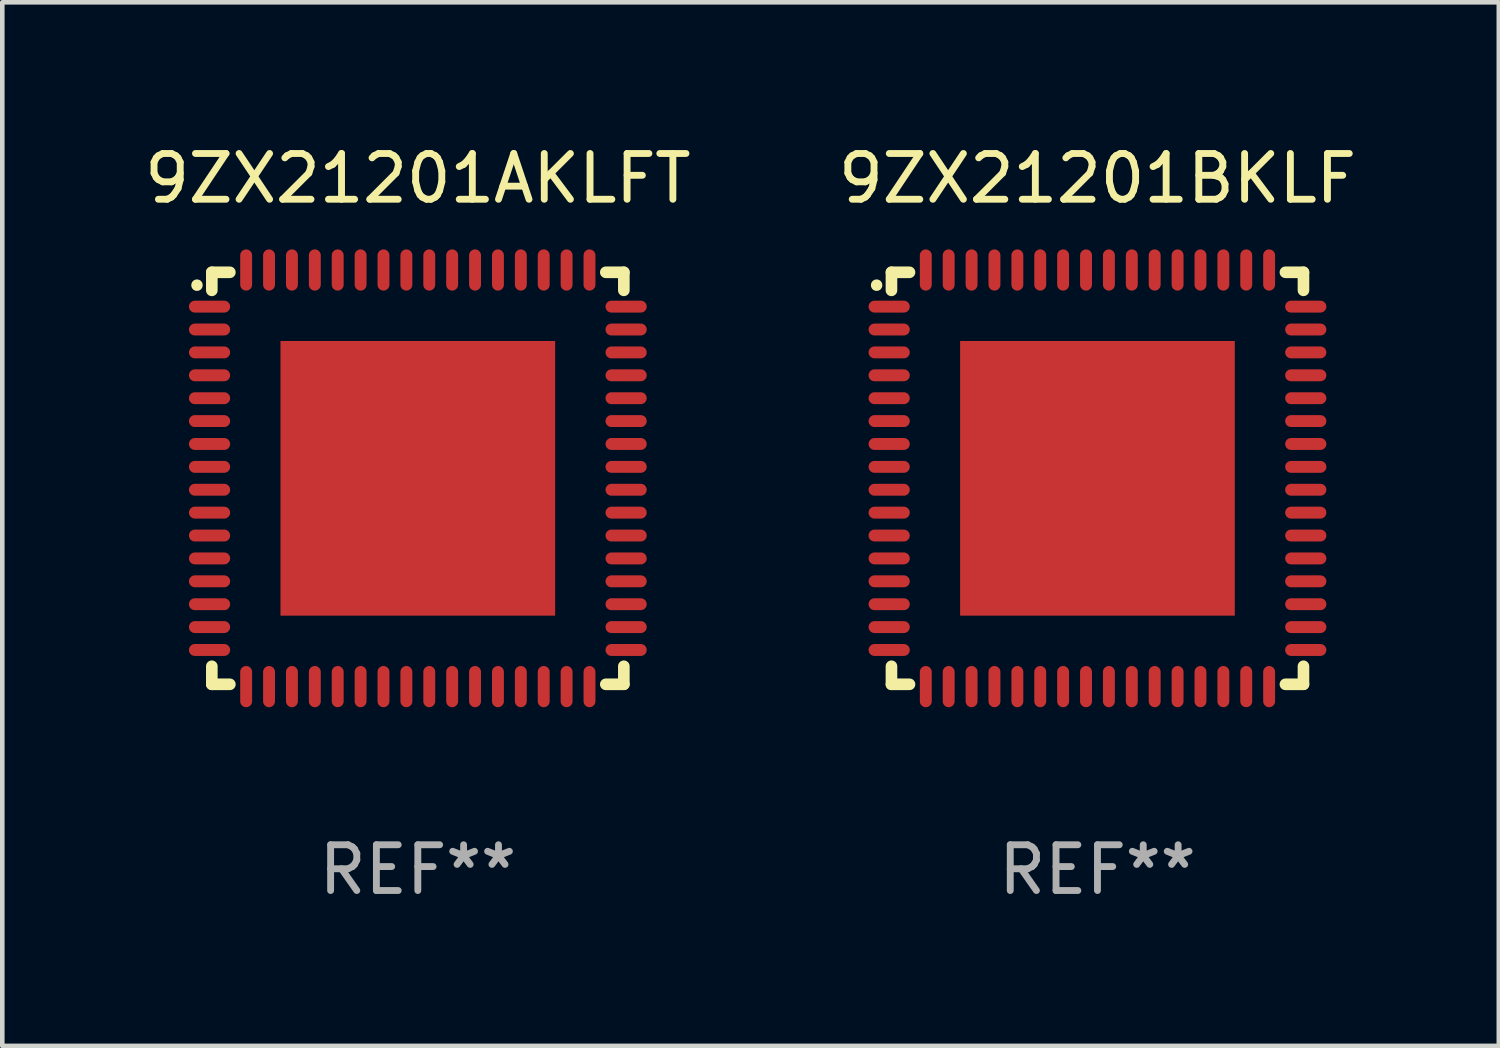
<source format=kicad_pcb>
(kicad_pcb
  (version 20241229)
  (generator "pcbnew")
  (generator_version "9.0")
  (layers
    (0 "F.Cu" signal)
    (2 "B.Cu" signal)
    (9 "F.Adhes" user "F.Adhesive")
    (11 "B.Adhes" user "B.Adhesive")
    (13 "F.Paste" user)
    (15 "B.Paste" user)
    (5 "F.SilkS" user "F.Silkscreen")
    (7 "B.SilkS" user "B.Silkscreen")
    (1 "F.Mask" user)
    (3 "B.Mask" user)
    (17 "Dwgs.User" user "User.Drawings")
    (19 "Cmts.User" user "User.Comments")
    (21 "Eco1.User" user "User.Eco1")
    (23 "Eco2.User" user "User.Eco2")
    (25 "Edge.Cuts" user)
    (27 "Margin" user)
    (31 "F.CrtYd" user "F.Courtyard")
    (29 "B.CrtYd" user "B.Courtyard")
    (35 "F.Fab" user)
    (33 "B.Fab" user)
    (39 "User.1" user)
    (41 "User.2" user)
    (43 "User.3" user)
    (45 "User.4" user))
  (footprint "9ZX21201AKLFT"
    (layer "F.Cu")
    (at 6.077 7.398)
    (property "Reference" "9ZX21201AKLFT" (at 0 -6.55 0) (layer "F.SilkS") (effects (font (size 1 1) (thickness 0.15))))
    (attr through_hole)
    (fp_line (start -4.5 -4.5) (end -4.106 -4.5) (stroke (width 0.254) (type solid)) (layer "F.SilkS"))
    (fp_line (start -4.5 -4.106) (end -4.5 -4.5) (stroke (width 0.254) (type solid)) (layer "F.SilkS"))
    (fp_line (start -4.5 4.5) (end -4.5 4.106) (stroke (width 0.254) (type solid)) (layer "F.SilkS"))
    (fp_line (start -4.106 4.5) (end -4.5 4.5) (stroke (width 0.254) (type solid)) (layer "F.SilkS"))
    (fp_line (start 4.106 -4.5) (end 4.5 -4.5) (stroke (width 0.254) (type solid)) (layer "F.SilkS"))
    (fp_line (start 4.5 -4.5) (end 4.5 -4.106) (stroke (width 0.254) (type solid)) (layer "F.SilkS"))
    (fp_line (start 4.5 4.106) (end 4.5 4.5) (stroke (width 0.254) (type solid)) (layer "F.SilkS"))
    (fp_line (start 4.5 4.5) (end 4.106 4.5) (stroke (width 0.254) (type solid)) (layer "F.SilkS"))
    (fp_arc (start -4.824308 -4.217501) (mid -4.824314 -4.218771) (end -4.824308 -4.220041) (stroke (width 0.24892) (type solid)) (layer "F.SilkS"))
    (fp_text user "REF**" (at 0 8.55 0) (layer "F.Fab") (effects (font (size 1 1) (thickness 0.15))))
    (pad "1" smd oval (at -4.55 -3.75) (size 0.9 0.26) (layers "F.Cu" "F.Mask" "F.Paste"))
    (pad "2" smd oval (at -4.55 -3.25) (size 0.9 0.26) (layers "F.Cu" "F.Mask" "F.Paste"))
    (pad "3" smd oval (at -4.55 -2.75) (size 0.9 0.26) (layers "F.Cu" "F.Mask" "F.Paste"))
    (pad "4" smd oval (at -4.55 -2.25) (size 0.9 0.26) (layers "F.Cu" "F.Mask" "F.Paste"))
    (pad "5" smd oval (at -4.55 -1.75) (size 0.9 0.26) (layers "F.Cu" "F.Mask" "F.Paste"))
    (pad "6" smd oval (at -4.55 -1.25) (size 0.9 0.26) (layers "F.Cu" "F.Mask" "F.Paste"))
    (pad "7" smd oval (at -4.55 -0.75) (size 0.9 0.26) (layers "F.Cu" "F.Mask" "F.Paste"))
    (pad "8" smd oval (at -4.55 -0.25) (size 0.9 0.26) (layers "F.Cu" "F.Mask" "F.Paste"))
    (pad "9" smd oval (at -4.55 0.25) (size 0.9 0.26) (layers "F.Cu" "F.Mask" "F.Paste"))
    (pad "10" smd oval (at -4.55 0.75) (size 0.9 0.26) (layers "F.Cu" "F.Mask" "F.Paste"))
    (pad "11" smd oval (at -4.55 1.25) (size 0.9 0.26) (layers "F.Cu" "F.Mask" "F.Paste"))
    (pad "12" smd oval (at -4.55 1.75) (size 0.9 0.26) (layers "F.Cu" "F.Mask" "F.Paste"))
    (pad "13" smd oval (at -4.55 2.25) (size 0.9 0.26) (layers "F.Cu" "F.Mask" "F.Paste"))
    (pad "14" smd oval (at -4.55 2.75) (size 0.9 0.26) (layers "F.Cu" "F.Mask" "F.Paste"))
    (pad "15" smd oval (at -4.55 3.25) (size 0.9 0.26) (layers "F.Cu" "F.Mask" "F.Paste"))
    (pad "16" smd oval (at -4.55 3.75) (size 0.9 0.26) (layers "F.Cu" "F.Mask" "F.Paste"))
    (pad "17" smd oval (at -3.75 4.55) (size 0.26 0.9) (layers "F.Cu" "F.Mask" "F.Paste"))
    (pad "18" smd oval (at -3.25 4.55) (size 0.26 0.9) (layers "F.Cu" "F.Mask" "F.Paste"))
    (pad "19" smd oval (at -2.75 4.55) (size 0.26 0.9) (layers "F.Cu" "F.Mask" "F.Paste"))
    (pad "20" smd oval (at -2.25 4.55) (size 0.26 0.9) (layers "F.Cu" "F.Mask" "F.Paste"))
    (pad "21" smd oval (at -1.75 4.55) (size 0.26 0.9) (layers "F.Cu" "F.Mask" "F.Paste"))
    (pad "22" smd oval (at -1.25 4.55) (size 0.26 0.9) (layers "F.Cu" "F.Mask" "F.Paste"))
    (pad "23" smd oval (at -0.75 4.55) (size 0.26 0.9) (layers "F.Cu" "F.Mask" "F.Paste"))
    (pad "24" smd oval (at -0.25 4.55) (size 0.26 0.9) (layers "F.Cu" "F.Mask" "F.Paste"))
    (pad "25" smd oval (at 0.25 4.55) (size 0.26 0.9) (layers "F.Cu" "F.Mask" "F.Paste"))
    (pad "26" smd oval (at 0.75 4.55) (size 0.26 0.9) (layers "F.Cu" "F.Mask" "F.Paste"))
    (pad "27" smd oval (at 1.25 4.55) (size 0.26 0.9) (layers "F.Cu" "F.Mask" "F.Paste"))
    (pad "28" smd oval (at 1.75 4.55) (size 0.26 0.9) (layers "F.Cu" "F.Mask" "F.Paste"))
    (pad "29" smd oval (at 2.25 4.55) (size 0.26 0.9) (layers "F.Cu" "F.Mask" "F.Paste"))
    (pad "30" smd oval (at 2.75 4.55) (size 0.26 0.9) (layers "F.Cu" "F.Mask" "F.Paste"))
    (pad "31" smd oval (at 3.25 4.55) (size 0.26 0.9) (layers "F.Cu" "F.Mask" "F.Paste"))
    (pad "32" smd oval (at 3.75 4.55) (size 0.26 0.9) (layers "F.Cu" "F.Mask" "F.Paste"))
    (pad "33" smd oval (at 4.55 3.75) (size 0.9 0.26) (layers "F.Cu" "F.Mask" "F.Paste"))
    (pad "34" smd oval (at 4.55 3.25) (size 0.9 0.26) (layers "F.Cu" "F.Mask" "F.Paste"))
    (pad "35" smd oval (at 4.55 2.75) (size 0.9 0.26) (layers "F.Cu" "F.Mask" "F.Paste"))
    (pad "36" smd oval (at 4.55 2.25) (size 0.9 0.26) (layers "F.Cu" "F.Mask" "F.Paste"))
    (pad "37" smd oval (at 4.55 1.75) (size 0.9 0.26) (layers "F.Cu" "F.Mask" "F.Paste"))
    (pad "38" smd oval (at 4.55 1.25) (size 0.9 0.26) (layers "F.Cu" "F.Mask" "F.Paste"))
    (pad "39" smd oval (at 4.55 0.75) (size 0.9 0.26) (layers "F.Cu" "F.Mask" "F.Paste"))
    (pad "40" smd oval (at 4.55 0.25) (size 0.9 0.26) (layers "F.Cu" "F.Mask" "F.Paste"))
    (pad "41" smd oval (at 4.55 -0.25) (size 0.9 0.26) (layers "F.Cu" "F.Mask" "F.Paste"))
    (pad "42" smd oval (at 4.55 -0.75) (size 0.9 0.26) (layers "F.Cu" "F.Mask" "F.Paste"))
    (pad "43" smd oval (at 4.55 -1.25) (size 0.9 0.26) (layers "F.Cu" "F.Mask" "F.Paste"))
    (pad "44" smd oval (at 4.55 -1.75) (size 0.9 0.26) (layers "F.Cu" "F.Mask" "F.Paste"))
    (pad "45" smd oval (at 4.55 -2.25) (size 0.9 0.26) (layers "F.Cu" "F.Mask" "F.Paste"))
    (pad "46" smd oval (at 4.55 -2.75) (size 0.9 0.26) (layers "F.Cu" "F.Mask" "F.Paste"))
    (pad "47" smd oval (at 4.55 -3.25) (size 0.9 0.26) (layers "F.Cu" "F.Mask" "F.Paste"))
    (pad "48" smd oval (at 4.55 -3.75) (size 0.9 0.26) (layers "F.Cu" "F.Mask" "F.Paste"))
    (pad "49" smd oval (at 3.75 -4.55) (size 0.26 0.9) (layers "F.Cu" "F.Mask" "F.Paste"))
    (pad "50" smd oval (at 3.25 -4.55) (size 0.26 0.9) (layers "F.Cu" "F.Mask" "F.Paste"))
    (pad "51" smd oval (at 2.75 -4.55) (size 0.26 0.9) (layers "F.Cu" "F.Mask" "F.Paste"))
    (pad "52" smd oval (at 2.25 -4.55) (size 0.26 0.9) (layers "F.Cu" "F.Mask" "F.Paste"))
    (pad "53" smd oval (at 1.75 -4.55) (size 0.26 0.9) (layers "F.Cu" "F.Mask" "F.Paste"))
    (pad "54" smd oval (at 1.25 -4.55) (size 0.26 0.9) (layers "F.Cu" "F.Mask" "F.Paste"))
    (pad "55" smd oval (at 0.75 -4.55) (size 0.26 0.9) (layers "F.Cu" "F.Mask" "F.Paste"))
    (pad "56" smd oval (at 0.25 -4.55) (size 0.26 0.9) (layers "F.Cu" "F.Mask" "F.Paste"))
    (pad "57" smd oval (at -0.25 -4.55) (size 0.26 0.9) (layers "F.Cu" "F.Mask" "F.Paste"))
    (pad "58" smd oval (at -0.75 -4.55) (size 0.26 0.9) (layers "F.Cu" "F.Mask" "F.Paste"))
    (pad "59" smd oval (at -1.25 -4.55) (size 0.26 0.9) (layers "F.Cu" "F.Mask" "F.Paste"))
    (pad "60" smd oval (at -1.75 -4.55) (size 0.26 0.9) (layers "F.Cu" "F.Mask" "F.Paste"))
    (pad "61" smd oval (at -2.25 -4.55) (size 0.26 0.9) (layers "F.Cu" "F.Mask" "F.Paste"))
    (pad "62" smd oval (at -2.75 -4.55) (size 0.26 0.9) (layers "F.Cu" "F.Mask" "F.Paste"))
    (pad "63" smd oval (at -3.25 -4.55) (size 0.26 0.9) (layers "F.Cu" "F.Mask" "F.Paste"))
    (pad "64" smd oval (at -3.75 -4.55) (size 0.26 0.9) (layers "F.Cu" "F.Mask" "F.Paste"))
    (pad "65" smd rect (at 0 0.000381) (size 6 6) (layers "F.Cu" "F.Mask" "F.Paste")))
  (footprint "9ZX21201BKLF"
    (layer "F.Cu")
    (at 20.923 7.398)
    (property "Reference" "9ZX21201BKLF" (at 0 -6.55 0) (layer "F.SilkS") (effects (font (size 1 1) (thickness 0.15))))
    (attr through_hole)
    (fp_line (start -4.5 -4.5) (end -4.106 -4.5) (stroke (width 0.254) (type solid)) (layer "F.SilkS"))
    (fp_line (start -4.5 -4.106) (end -4.5 -4.5) (stroke (width 0.254) (type solid)) (layer "F.SilkS"))
    (fp_line (start -4.5 4.5) (end -4.5 4.106) (stroke (width 0.254) (type solid)) (layer "F.SilkS"))
    (fp_line (start -4.106 4.5) (end -4.5 4.5) (stroke (width 0.254) (type solid)) (layer "F.SilkS"))
    (fp_line (start 4.106 -4.5) (end 4.5 -4.5) (stroke (width 0.254) (type solid)) (layer "F.SilkS"))
    (fp_line (start 4.5 -4.5) (end 4.5 -4.106) (stroke (width 0.254) (type solid)) (layer "F.SilkS"))
    (fp_line (start 4.5 4.106) (end 4.5 4.5) (stroke (width 0.254) (type solid)) (layer "F.SilkS"))
    (fp_line (start 4.5 4.5) (end 4.106 4.5) (stroke (width 0.254) (type solid)) (layer "F.SilkS"))
    (fp_arc (start -4.824308 -4.217501) (mid -4.824314 -4.218771) (end -4.824308 -4.220041) (stroke (width 0.24892) (type solid)) (layer "F.SilkS"))
    (fp_text user "REF**" (at 0 8.55 0) (layer "F.Fab") (effects (font (size 1 1) (thickness 0.15))))
    (pad "1" smd oval (at -4.55 -3.75) (size 0.9 0.26) (layers "F.Cu" "F.Mask" "F.Paste"))
    (pad "2" smd oval (at -4.55 -3.25) (size 0.9 0.26) (layers "F.Cu" "F.Mask" "F.Paste"))
    (pad "3" smd oval (at -4.55 -2.75) (size 0.9 0.26) (layers "F.Cu" "F.Mask" "F.Paste"))
    (pad "4" smd oval (at -4.55 -2.25) (size 0.9 0.26) (layers "F.Cu" "F.Mask" "F.Paste"))
    (pad "5" smd oval (at -4.55 -1.75) (size 0.9 0.26) (layers "F.Cu" "F.Mask" "F.Paste"))
    (pad "6" smd oval (at -4.55 -1.25) (size 0.9 0.26) (layers "F.Cu" "F.Mask" "F.Paste"))
    (pad "7" smd oval (at -4.55 -0.75) (size 0.9 0.26) (layers "F.Cu" "F.Mask" "F.Paste"))
    (pad "8" smd oval (at -4.55 -0.25) (size 0.9 0.26) (layers "F.Cu" "F.Mask" "F.Paste"))
    (pad "9" smd oval (at -4.55 0.25) (size 0.9 0.26) (layers "F.Cu" "F.Mask" "F.Paste"))
    (pad "10" smd oval (at -4.55 0.75) (size 0.9 0.26) (layers "F.Cu" "F.Mask" "F.Paste"))
    (pad "11" smd oval (at -4.55 1.25) (size 0.9 0.26) (layers "F.Cu" "F.Mask" "F.Paste"))
    (pad "12" smd oval (at -4.55 1.75) (size 0.9 0.26) (layers "F.Cu" "F.Mask" "F.Paste"))
    (pad "13" smd oval (at -4.55 2.25) (size 0.9 0.26) (layers "F.Cu" "F.Mask" "F.Paste"))
    (pad "14" smd oval (at -4.55 2.75) (size 0.9 0.26) (layers "F.Cu" "F.Mask" "F.Paste"))
    (pad "15" smd oval (at -4.55 3.25) (size 0.9 0.26) (layers "F.Cu" "F.Mask" "F.Paste"))
    (pad "16" smd oval (at -4.55 3.75) (size 0.9 0.26) (layers "F.Cu" "F.Mask" "F.Paste"))
    (pad "17" smd oval (at -3.75 4.55) (size 0.26 0.9) (layers "F.Cu" "F.Mask" "F.Paste"))
    (pad "18" smd oval (at -3.25 4.55) (size 0.26 0.9) (layers "F.Cu" "F.Mask" "F.Paste"))
    (pad "19" smd oval (at -2.75 4.55) (size 0.26 0.9) (layers "F.Cu" "F.Mask" "F.Paste"))
    (pad "20" smd oval (at -2.25 4.55) (size 0.26 0.9) (layers "F.Cu" "F.Mask" "F.Paste"))
    (pad "21" smd oval (at -1.75 4.55) (size 0.26 0.9) (layers "F.Cu" "F.Mask" "F.Paste"))
    (pad "22" smd oval (at -1.25 4.55) (size 0.26 0.9) (layers "F.Cu" "F.Mask" "F.Paste"))
    (pad "23" smd oval (at -0.75 4.55) (size 0.26 0.9) (layers "F.Cu" "F.Mask" "F.Paste"))
    (pad "24" smd oval (at -0.25 4.55) (size 0.26 0.9) (layers "F.Cu" "F.Mask" "F.Paste"))
    (pad "25" smd oval (at 0.25 4.55) (size 0.26 0.9) (layers "F.Cu" "F.Mask" "F.Paste"))
    (pad "26" smd oval (at 0.75 4.55) (size 0.26 0.9) (layers "F.Cu" "F.Mask" "F.Paste"))
    (pad "27" smd oval (at 1.25 4.55) (size 0.26 0.9) (layers "F.Cu" "F.Mask" "F.Paste"))
    (pad "28" smd oval (at 1.75 4.55) (size 0.26 0.9) (layers "F.Cu" "F.Mask" "F.Paste"))
    (pad "29" smd oval (at 2.25 4.55) (size 0.26 0.9) (layers "F.Cu" "F.Mask" "F.Paste"))
    (pad "30" smd oval (at 2.75 4.55) (size 0.26 0.9) (layers "F.Cu" "F.Mask" "F.Paste"))
    (pad "31" smd oval (at 3.25 4.55) (size 0.26 0.9) (layers "F.Cu" "F.Mask" "F.Paste"))
    (pad "32" smd oval (at 3.75 4.55) (size 0.26 0.9) (layers "F.Cu" "F.Mask" "F.Paste"))
    (pad "33" smd oval (at 4.55 3.75) (size 0.9 0.26) (layers "F.Cu" "F.Mask" "F.Paste"))
    (pad "34" smd oval (at 4.55 3.25) (size 0.9 0.26) (layers "F.Cu" "F.Mask" "F.Paste"))
    (pad "35" smd oval (at 4.55 2.75) (size 0.9 0.26) (layers "F.Cu" "F.Mask" "F.Paste"))
    (pad "36" smd oval (at 4.55 2.25) (size 0.9 0.26) (layers "F.Cu" "F.Mask" "F.Paste"))
    (pad "37" smd oval (at 4.55 1.75) (size 0.9 0.26) (layers "F.Cu" "F.Mask" "F.Paste"))
    (pad "38" smd oval (at 4.55 1.25) (size 0.9 0.26) (layers "F.Cu" "F.Mask" "F.Paste"))
    (pad "39" smd oval (at 4.55 0.75) (size 0.9 0.26) (layers "F.Cu" "F.Mask" "F.Paste"))
    (pad "40" smd oval (at 4.55 0.25) (size 0.9 0.26) (layers "F.Cu" "F.Mask" "F.Paste"))
    (pad "41" smd oval (at 4.55 -0.25) (size 0.9 0.26) (layers "F.Cu" "F.Mask" "F.Paste"))
    (pad "42" smd oval (at 4.55 -0.75) (size 0.9 0.26) (layers "F.Cu" "F.Mask" "F.Paste"))
    (pad "43" smd oval (at 4.55 -1.25) (size 0.9 0.26) (layers "F.Cu" "F.Mask" "F.Paste"))
    (pad "44" smd oval (at 4.55 -1.75) (size 0.9 0.26) (layers "F.Cu" "F.Mask" "F.Paste"))
    (pad "45" smd oval (at 4.55 -2.25) (size 0.9 0.26) (layers "F.Cu" "F.Mask" "F.Paste"))
    (pad "46" smd oval (at 4.55 -2.75) (size 0.9 0.26) (layers "F.Cu" "F.Mask" "F.Paste"))
    (pad "47" smd oval (at 4.55 -3.25) (size 0.9 0.26) (layers "F.Cu" "F.Mask" "F.Paste"))
    (pad "48" smd oval (at 4.55 -3.75) (size 0.9 0.26) (layers "F.Cu" "F.Mask" "F.Paste"))
    (pad "49" smd oval (at 3.75 -4.55) (size 0.26 0.9) (layers "F.Cu" "F.Mask" "F.Paste"))
    (pad "50" smd oval (at 3.25 -4.55) (size 0.26 0.9) (layers "F.Cu" "F.Mask" "F.Paste"))
    (pad "51" smd oval (at 2.75 -4.55) (size 0.26 0.9) (layers "F.Cu" "F.Mask" "F.Paste"))
    (pad "52" smd oval (at 2.25 -4.55) (size 0.26 0.9) (layers "F.Cu" "F.Mask" "F.Paste"))
    (pad "53" smd oval (at 1.75 -4.55) (size 0.26 0.9) (layers "F.Cu" "F.Mask" "F.Paste"))
    (pad "54" smd oval (at 1.25 -4.55) (size 0.26 0.9) (layers "F.Cu" "F.Mask" "F.Paste"))
    (pad "55" smd oval (at 0.75 -4.55) (size 0.26 0.9) (layers "F.Cu" "F.Mask" "F.Paste"))
    (pad "56" smd oval (at 0.25 -4.55) (size 0.26 0.9) (layers "F.Cu" "F.Mask" "F.Paste"))
    (pad "57" smd oval (at -0.25 -4.55) (size 0.26 0.9) (layers "F.Cu" "F.Mask" "F.Paste"))
    (pad "58" smd oval (at -0.75 -4.55) (size 0.26 0.9) (layers "F.Cu" "F.Mask" "F.Paste"))
    (pad "59" smd oval (at -1.25 -4.55) (size 0.26 0.9) (layers "F.Cu" "F.Mask" "F.Paste"))
    (pad "60" smd oval (at -1.75 -4.55) (size 0.26 0.9) (layers "F.Cu" "F.Mask" "F.Paste"))
    (pad "61" smd oval (at -2.25 -4.55) (size 0.26 0.9) (layers "F.Cu" "F.Mask" "F.Paste"))
    (pad "62" smd oval (at -2.75 -4.55) (size 0.26 0.9) (layers "F.Cu" "F.Mask" "F.Paste"))
    (pad "63" smd oval (at -3.25 -4.55) (size 0.26 0.9) (layers "F.Cu" "F.Mask" "F.Paste"))
    (pad "64" smd oval (at -3.75 -4.55) (size 0.26 0.9) (layers "F.Cu" "F.Mask" "F.Paste"))
    (pad "65" smd rect (at 0 0.000381) (size 6 6) (layers "F.Cu" "F.Mask" "F.Paste")))
  (gr_rect
    (start -3 -3)
    (end 29.69 19.797)
    (stroke (width 0.1) (type default))
    (fill no)
    (layer "Edge.Cuts")))
</source>
